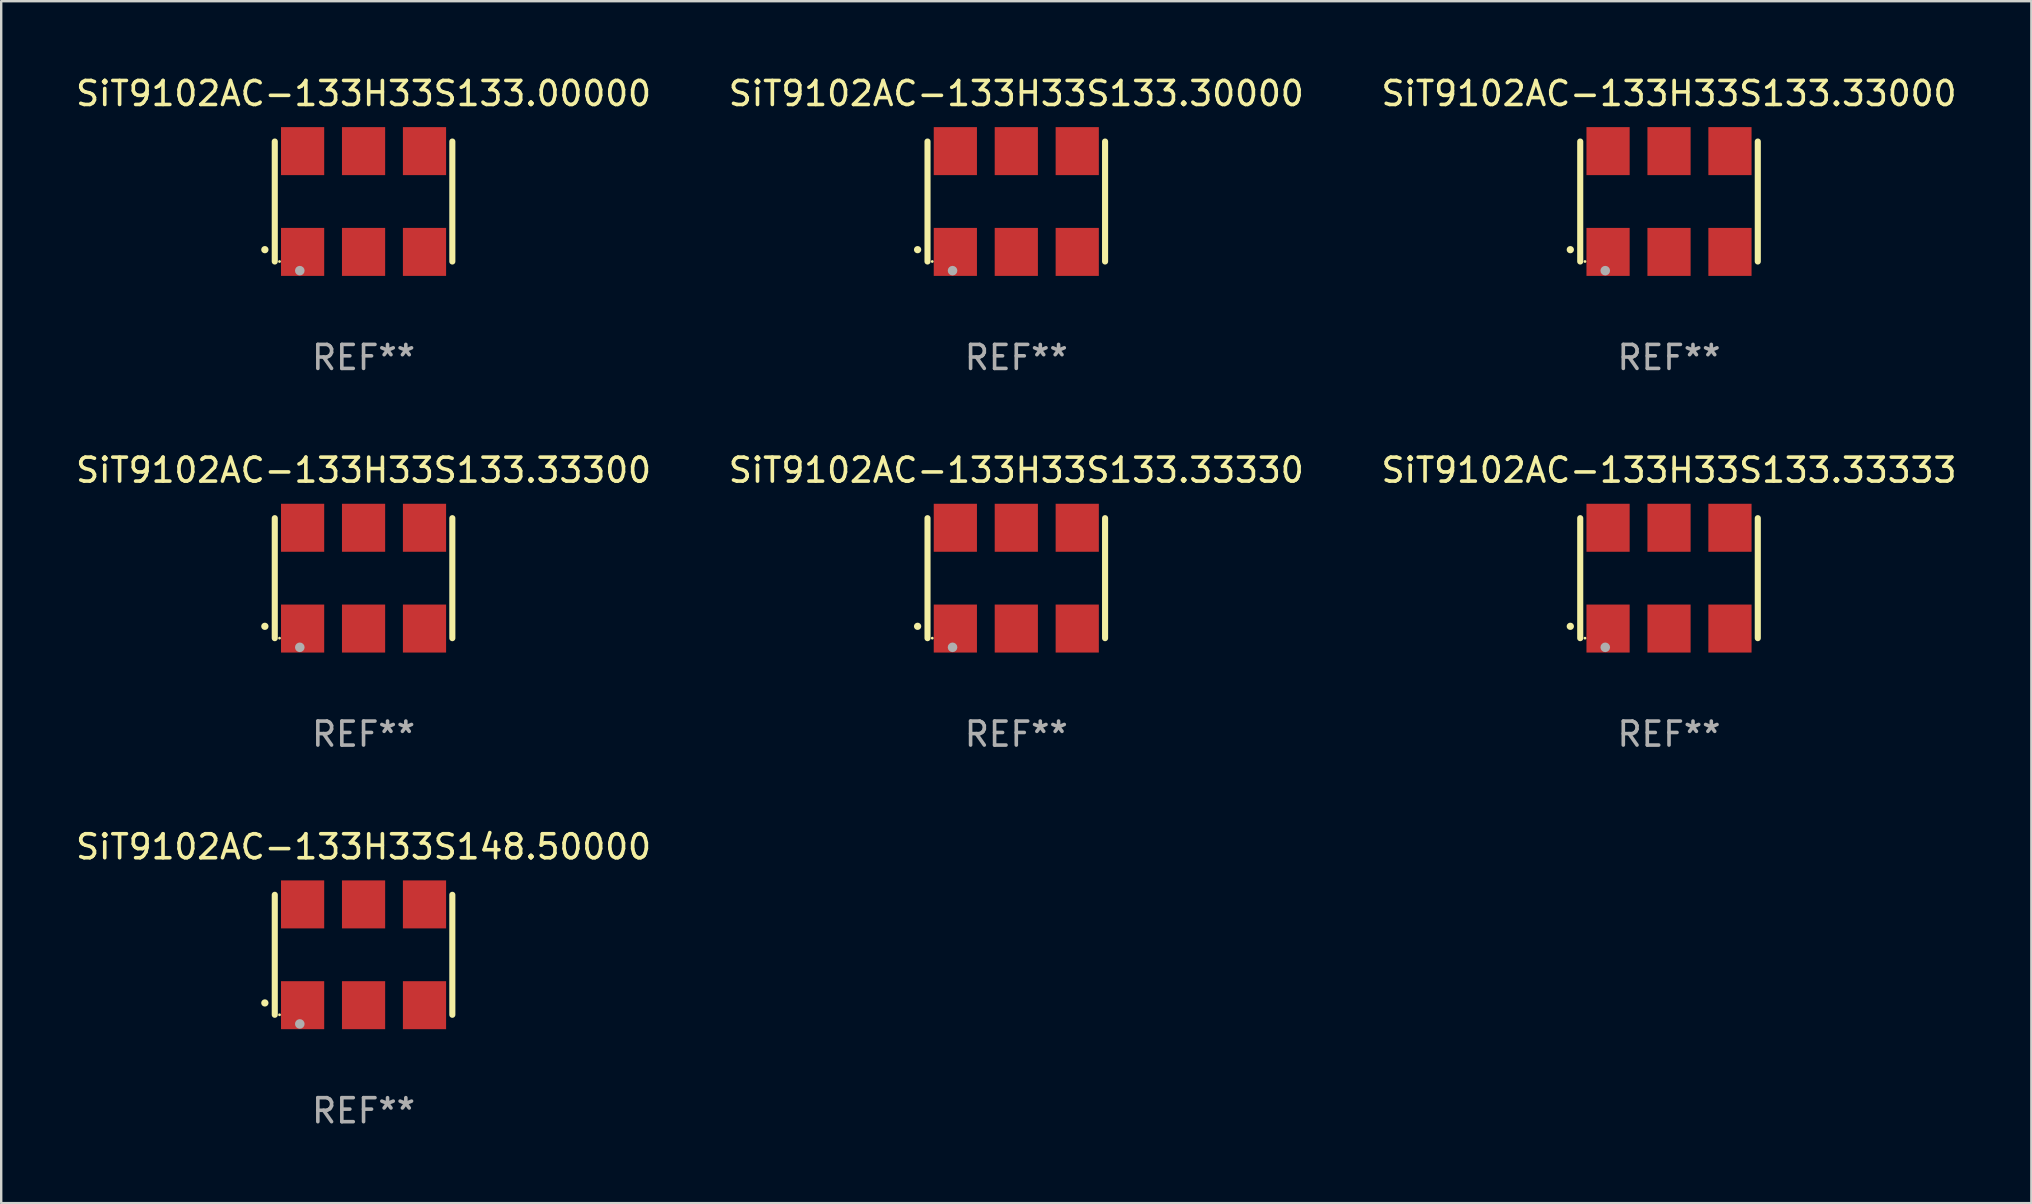
<source format=kicad_pcb>
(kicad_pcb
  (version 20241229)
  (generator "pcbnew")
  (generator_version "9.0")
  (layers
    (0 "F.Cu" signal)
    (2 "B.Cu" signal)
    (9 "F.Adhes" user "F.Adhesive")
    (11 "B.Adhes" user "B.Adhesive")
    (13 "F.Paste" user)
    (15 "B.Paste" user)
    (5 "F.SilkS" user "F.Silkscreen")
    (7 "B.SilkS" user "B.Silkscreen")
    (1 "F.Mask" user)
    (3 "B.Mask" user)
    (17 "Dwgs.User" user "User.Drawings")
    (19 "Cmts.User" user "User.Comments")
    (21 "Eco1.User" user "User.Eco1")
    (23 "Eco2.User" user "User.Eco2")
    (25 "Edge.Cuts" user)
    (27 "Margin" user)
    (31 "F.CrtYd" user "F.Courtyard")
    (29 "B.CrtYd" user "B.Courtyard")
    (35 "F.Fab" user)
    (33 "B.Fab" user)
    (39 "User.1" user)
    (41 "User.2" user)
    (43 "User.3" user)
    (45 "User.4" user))
  (footprint "SiT9102AC-133H33S133.33300"
    (layer "F.Cu")
    (at 12.101 21.045)
    (property "Reference" "SiT9102AC-133H33S133.33300" (at 0 -4.5 0) (layer "F.SilkS") (effects (font (size 1 1) (thickness 0.15))))
    (attr through_hole)
    (fp_line (start -3.7 -2.5) (end -3.7 2.5) (stroke (width 0.254) (type solid)) (layer "F.SilkS"))
    (fp_line (start 3.7 -2.5) (end 3.7 2.5) (stroke (width 0.254) (type solid)) (layer "F.SilkS"))
    (fp_arc (start -4.114415 2.006604) (mid -4.113145 2.006599) (end -4.111875 2.006604) (stroke (width 0.3) (type solid)) (layer "F.SilkS"))
    (fp_circle (center -3.502 2.5) (end -3.472 2.5) (stroke (width 0.06) (type solid)) (fill no) (layer "F.SilkS"))
    (fp_circle (center -2.657 2.882) (end -2.557 2.882) (stroke (width 0.2) (type solid)) (fill no) (layer "F.Fab"))
    (fp_text user "REF**" (at 0 6.5 0) (layer "F.Fab") (effects (font (size 1 1) (thickness 0.15))))
    (pad "1" smd rect (at -2.54 2.1) (size 1.8 2) (layers "F.Cu" "F.Mask" "F.Paste"))
    (pad "2" smd rect (at 0.000394 2.1) (size 1.8 2) (layers "F.Cu" "F.Mask" "F.Paste"))
    (pad "3" smd rect (at 2.54 2.1) (size 1.8 2) (layers "F.Cu" "F.Mask" "F.Paste"))
    (pad "4" smd rect (at 2.54 -2.1) (size 1.8 2) (layers "F.Cu" "F.Mask" "F.Paste"))
    (pad "5" smd rect (at 0.000394 -2.1) (size 1.8 2) (layers "F.Cu" "F.Mask" "F.Paste"))
    (pad "6" smd rect (at -2.54 -2.1) (size 1.8 2) (layers "F.Cu" "F.Mask" "F.Paste")))
  (footprint "SiT9102AC-133H33S133.30000"
    (layer "F.Cu")
    (at 39.304 5.348)
    (property "Reference" "SiT9102AC-133H33S133.30000" (at 0 -4.5 0) (layer "F.SilkS") (effects (font (size 1 1) (thickness 0.15))))
    (attr through_hole)
    (fp_line (start -3.7 -2.5) (end -3.7 2.5) (stroke (width 0.254) (type solid)) (layer "F.SilkS"))
    (fp_line (start 3.7 -2.5) (end 3.7 2.5) (stroke (width 0.254) (type solid)) (layer "F.SilkS"))
    (fp_arc (start -4.114415 2.006604) (mid -4.113145 2.006599) (end -4.111875 2.006604) (stroke (width 0.3) (type solid)) (layer "F.SilkS"))
    (fp_circle (center -3.502 2.5) (end -3.472 2.5) (stroke (width 0.06) (type solid)) (fill no) (layer "F.SilkS"))
    (fp_circle (center -2.657 2.882) (end -2.557 2.882) (stroke (width 0.2) (type solid)) (fill no) (layer "F.Fab"))
    (fp_text user "REF**" (at 0 6.5 0) (layer "F.Fab") (effects (font (size 1 1) (thickness 0.15))))
    (pad "1" smd rect (at -2.54 2.1) (size 1.8 2) (layers "F.Cu" "F.Mask" "F.Paste"))
    (pad "2" smd rect (at 0.000394 2.1) (size 1.8 2) (layers "F.Cu" "F.Mask" "F.Paste"))
    (pad "3" smd rect (at 2.54 2.1) (size 1.8 2) (layers "F.Cu" "F.Mask" "F.Paste"))
    (pad "4" smd rect (at 2.54 -2.1) (size 1.8 2) (layers "F.Cu" "F.Mask" "F.Paste"))
    (pad "5" smd rect (at 0.000394 -2.1) (size 1.8 2) (layers "F.Cu" "F.Mask" "F.Paste"))
    (pad "6" smd rect (at -2.54 -2.1) (size 1.8 2) (layers "F.Cu" "F.Mask" "F.Paste")))
  (footprint "SiT9102AC-133H33S148.50000"
    (layer "F.Cu")
    (at 12.101 36.741)
    (property "Reference" "SiT9102AC-133H33S148.50000" (at 0 -4.5 0) (layer "F.SilkS") (effects (font (size 1 1) (thickness 0.15))))
    (attr through_hole)
    (fp_line (start -3.7 -2.5) (end -3.7 2.5) (stroke (width 0.254) (type solid)) (layer "F.SilkS"))
    (fp_line (start 3.7 -2.5) (end 3.7 2.5) (stroke (width 0.254) (type solid)) (layer "F.SilkS"))
    (fp_arc (start -4.114415 2.006604) (mid -4.113145 2.006599) (end -4.111875 2.006604) (stroke (width 0.3) (type solid)) (layer "F.SilkS"))
    (fp_circle (center -3.502 2.5) (end -3.472 2.5) (stroke (width 0.06) (type solid)) (fill no) (layer "F.SilkS"))
    (fp_circle (center -2.657 2.882) (end -2.557 2.882) (stroke (width 0.2) (type solid)) (fill no) (layer "F.Fab"))
    (fp_text user "REF**" (at 0 6.5 0) (layer "F.Fab") (effects (font (size 1 1) (thickness 0.15))))
    (pad "1" smd rect (at -2.54 2.1) (size 1.8 2) (layers "F.Cu" "F.Mask" "F.Paste"))
    (pad "2" smd rect (at 0.000394 2.1) (size 1.8 2) (layers "F.Cu" "F.Mask" "F.Paste"))
    (pad "3" smd rect (at 2.54 2.1) (size 1.8 2) (layers "F.Cu" "F.Mask" "F.Paste"))
    (pad "4" smd rect (at 2.54 -2.1) (size 1.8 2) (layers "F.Cu" "F.Mask" "F.Paste"))
    (pad "5" smd rect (at 0.000394 -2.1) (size 1.8 2) (layers "F.Cu" "F.Mask" "F.Paste"))
    (pad "6" smd rect (at -2.54 -2.1) (size 1.8 2) (layers "F.Cu" "F.Mask" "F.Paste")))
  (footprint "SiT9102AC-133H33S133.33000"
    (layer "F.Cu")
    (at 66.506 5.348)
    (property "Reference" "SiT9102AC-133H33S133.33000" (at 0 -4.5 0) (layer "F.SilkS") (effects (font (size 1 1) (thickness 0.15))))
    (attr through_hole)
    (fp_line (start -3.7 -2.5) (end -3.7 2.5) (stroke (width 0.254) (type solid)) (layer "F.SilkS"))
    (fp_line (start 3.7 -2.5) (end 3.7 2.5) (stroke (width 0.254) (type solid)) (layer "F.SilkS"))
    (fp_arc (start -4.114415 2.006604) (mid -4.113145 2.006599) (end -4.111875 2.006604) (stroke (width 0.3) (type solid)) (layer "F.SilkS"))
    (fp_circle (center -3.502 2.5) (end -3.472 2.5) (stroke (width 0.06) (type solid)) (fill no) (layer "F.SilkS"))
    (fp_circle (center -2.657 2.882) (end -2.557 2.882) (stroke (width 0.2) (type solid)) (fill no) (layer "F.Fab"))
    (fp_text user "REF**" (at 0 6.5 0) (layer "F.Fab") (effects (font (size 1 1) (thickness 0.15))))
    (pad "1" smd rect (at -2.54 2.1) (size 1.8 2) (layers "F.Cu" "F.Mask" "F.Paste"))
    (pad "2" smd rect (at 0.000394 2.1) (size 1.8 2) (layers "F.Cu" "F.Mask" "F.Paste"))
    (pad "3" smd rect (at 2.54 2.1) (size 1.8 2) (layers "F.Cu" "F.Mask" "F.Paste"))
    (pad "4" smd rect (at 2.54 -2.1) (size 1.8 2) (layers "F.Cu" "F.Mask" "F.Paste"))
    (pad "5" smd rect (at 0.000394 -2.1) (size 1.8 2) (layers "F.Cu" "F.Mask" "F.Paste"))
    (pad "6" smd rect (at -2.54 -2.1) (size 1.8 2) (layers "F.Cu" "F.Mask" "F.Paste")))
  (footprint "SiT9102AC-133H33S133.00000"
    (layer "F.Cu")
    (at 12.101 5.348)
    (property "Reference" "SiT9102AC-133H33S133.00000" (at 0 -4.5 0) (layer "F.SilkS") (effects (font (size 1 1) (thickness 0.15))))
    (attr through_hole)
    (fp_line (start -3.7 -2.5) (end -3.7 2.5) (stroke (width 0.254) (type solid)) (layer "F.SilkS"))
    (fp_line (start 3.7 -2.5) (end 3.7 2.5) (stroke (width 0.254) (type solid)) (layer "F.SilkS"))
    (fp_arc (start -4.114415 2.006604) (mid -4.113145 2.006599) (end -4.111875 2.006604) (stroke (width 0.3) (type solid)) (layer "F.SilkS"))
    (fp_circle (center -3.502 2.5) (end -3.472 2.5) (stroke (width 0.06) (type solid)) (fill no) (layer "F.SilkS"))
    (fp_circle (center -2.657 2.882) (end -2.557 2.882) (stroke (width 0.2) (type solid)) (fill no) (layer "F.Fab"))
    (fp_text user "REF**" (at 0 6.5 0) (layer "F.Fab") (effects (font (size 1 1) (thickness 0.15))))
    (pad "1" smd rect (at -2.54 2.1) (size 1.8 2) (layers "F.Cu" "F.Mask" "F.Paste"))
    (pad "2" smd rect (at 0.000394 2.1) (size 1.8 2) (layers "F.Cu" "F.Mask" "F.Paste"))
    (pad "3" smd rect (at 2.54 2.1) (size 1.8 2) (layers "F.Cu" "F.Mask" "F.Paste"))
    (pad "4" smd rect (at 2.54 -2.1) (size 1.8 2) (layers "F.Cu" "F.Mask" "F.Paste"))
    (pad "5" smd rect (at 0.000394 -2.1) (size 1.8 2) (layers "F.Cu" "F.Mask" "F.Paste"))
    (pad "6" smd rect (at -2.54 -2.1) (size 1.8 2) (layers "F.Cu" "F.Mask" "F.Paste")))
  (footprint "SiT9102AC-133H33S133.33333"
    (layer "F.Cu")
    (at 66.506 21.045)
    (property "Reference" "SiT9102AC-133H33S133.33333" (at 0 -4.5 0) (layer "F.SilkS") (effects (font (size 1 1) (thickness 0.15))))
    (attr through_hole)
    (fp_line (start -3.7 -2.5) (end -3.7 2.5) (stroke (width 0.254) (type solid)) (layer "F.SilkS"))
    (fp_line (start 3.7 -2.5) (end 3.7 2.5) (stroke (width 0.254) (type solid)) (layer "F.SilkS"))
    (fp_arc (start -4.114415 2.006604) (mid -4.113145 2.006599) (end -4.111875 2.006604) (stroke (width 0.3) (type solid)) (layer "F.SilkS"))
    (fp_circle (center -3.502 2.5) (end -3.472 2.5) (stroke (width 0.06) (type solid)) (fill no) (layer "F.SilkS"))
    (fp_circle (center -2.657 2.882) (end -2.557 2.882) (stroke (width 0.2) (type solid)) (fill no) (layer "F.Fab"))
    (fp_text user "REF**" (at 0 6.5 0) (layer "F.Fab") (effects (font (size 1 1) (thickness 0.15))))
    (pad "1" smd rect (at -2.54 2.1) (size 1.8 2) (layers "F.Cu" "F.Mask" "F.Paste"))
    (pad "2" smd rect (at 0.000394 2.1) (size 1.8 2) (layers "F.Cu" "F.Mask" "F.Paste"))
    (pad "3" smd rect (at 2.54 2.1) (size 1.8 2) (layers "F.Cu" "F.Mask" "F.Paste"))
    (pad "4" smd rect (at 2.54 -2.1) (size 1.8 2) (layers "F.Cu" "F.Mask" "F.Paste"))
    (pad "5" smd rect (at 0.000394 -2.1) (size 1.8 2) (layers "F.Cu" "F.Mask" "F.Paste"))
    (pad "6" smd rect (at -2.54 -2.1) (size 1.8 2) (layers "F.Cu" "F.Mask" "F.Paste")))
  (footprint "SiT9102AC-133H33S133.33330"
    (layer "F.Cu")
    (at 39.304 21.045)
    (property "Reference" "SiT9102AC-133H33S133.33330" (at 0 -4.5 0) (layer "F.SilkS") (effects (font (size 1 1) (thickness 0.15))))
    (attr through_hole)
    (fp_line (start -3.7 -2.5) (end -3.7 2.5) (stroke (width 0.254) (type solid)) (layer "F.SilkS"))
    (fp_line (start 3.7 -2.5) (end 3.7 2.5) (stroke (width 0.254) (type solid)) (layer "F.SilkS"))
    (fp_arc (start -4.114415 2.006604) (mid -4.113145 2.006599) (end -4.111875 2.006604) (stroke (width 0.3) (type solid)) (layer "F.SilkS"))
    (fp_circle (center -3.502 2.5) (end -3.472 2.5) (stroke (width 0.06) (type solid)) (fill no) (layer "F.SilkS"))
    (fp_circle (center -2.657 2.882) (end -2.557 2.882) (stroke (width 0.2) (type solid)) (fill no) (layer "F.Fab"))
    (fp_text user "REF**" (at 0 6.5 0) (layer "F.Fab") (effects (font (size 1 1) (thickness 0.15))))
    (pad "1" smd rect (at -2.54 2.1) (size 1.8 2) (layers "F.Cu" "F.Mask" "F.Paste"))
    (pad "2" smd rect (at 0.000394 2.1) (size 1.8 2) (layers "F.Cu" "F.Mask" "F.Paste"))
    (pad "3" smd rect (at 2.54 2.1) (size 1.8 2) (layers "F.Cu" "F.Mask" "F.Paste"))
    (pad "4" smd rect (at 2.54 -2.1) (size 1.8 2) (layers "F.Cu" "F.Mask" "F.Paste"))
    (pad "5" smd rect (at 0.000394 -2.1) (size 1.8 2) (layers "F.Cu" "F.Mask" "F.Paste"))
    (pad "6" smd rect (at -2.54 -2.1) (size 1.8 2) (layers "F.Cu" "F.Mask" "F.Paste")))
  (gr_rect
    (start -3 -3)
    (end 81.607 47.09)
    (stroke (width 0.1) (type default))
    (fill no)
    (layer "Edge.Cuts")))
</source>
